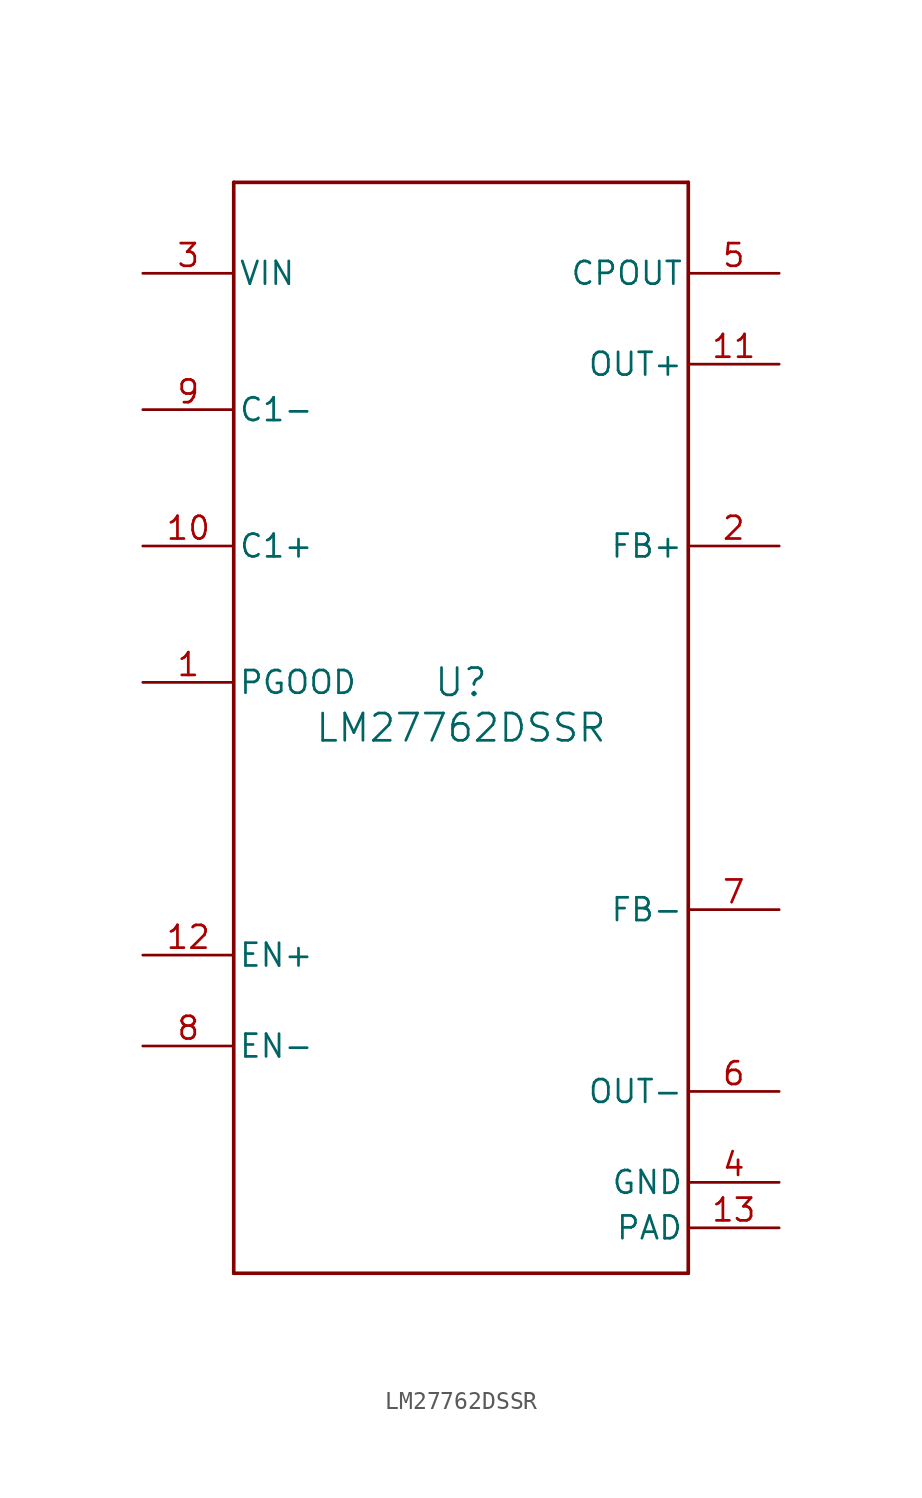
<source format=kicad_sym>
(kicad_symbol_lib
  (version 20211014)
  (generator kicad_symbol_editor)
  (symbol "LM27762DSSR"
    (pin_names
      (offset 0.254))
    (property "Reference" "U"
      (at 0 2.54 0)
      (effects (font (size 1.524 1.524))))
    (property "Value" "LM27762DSSR"
      (at 0 0 0)
      (effects (font (size 1.524 1.524))))
    (symbol "LM27762DSSR_0_1"
      (polyline (pts (xy -12.7 -30.48) (xy 12.7 -30.48)) (stroke (width 0.203) (type default) (color 0 0 0 0)) (fill (type none)))
      (polyline (pts (xy 12.7 -30.48) (xy 12.7 30.48)) (stroke (width 0.203) (type default) (color 0 0 0 0)) (fill (type none)))
      (polyline (pts (xy 12.7 30.48) (xy -12.7 30.48)) (stroke (width 0.203) (type default) (color 0 0 0 0)) (fill (type none)))
      (polyline (pts (xy -12.7 30.48) (xy -12.7 -30.48)) (stroke (width 0.203) (type default) (color 0 0 0 0)) (fill (type none)))
      (pin open_collector line (at -17.78 2.54 0) (length 5.08) (name "PGOOD" (effects (font (size 1.27 1.27)))) (number "1" (effects (font (size 1.27 1.27)))))
      (pin input line (at 17.78 10.16 180) (length 5.08) (name "FB+" (effects (font (size 1.27 1.27)))) (number "2" (effects (font (size 1.27 1.27)))))
      (pin power_in line (at -17.78 25.4 0) (length 5.08) (name "VIN" (effects (font (size 1.27 1.27)))) (number "3" (effects (font (size 1.27 1.27)))))
      (pin power_in line (at 17.78 -25.4 180) (length 5.08) (name "GND" (effects (font (size 1.27 1.27)))) (number "4" (effects (font (size 1.27 1.27)))))
      (pin power_in line (at 17.78 25.4 180) (length 5.08) (name "CPOUT" (effects (font (size 1.27 1.27)))) (number "5" (effects (font (size 1.27 1.27)))))
      (pin power_in line (at 17.78 -20.32 180) (length 5.08) (name "OUT-" (effects (font (size 1.27 1.27)))) (number "6" (effects (font (size 1.27 1.27)))))
      (pin input line (at 17.78 -10.16 180) (length 5.08) (name "FB-" (effects (font (size 1.27 1.27)))) (number "7" (effects (font (size 1.27 1.27)))))
      (pin input line (at -17.78 -17.78 0) (length 5.08) (name "EN-" (effects (font (size 1.27 1.27)))) (number "8" (effects (font (size 1.27 1.27)))))
      (pin unspecified line (at -17.78 17.78 0) (length 5.08) (name "C1-" (effects (font (size 1.27 1.27)))) (number "9" (effects (font (size 1.27 1.27)))))
      (pin unspecified line (at -17.78 10.16 0) (length 5.08) (name "C1+" (effects (font (size 1.27 1.27)))) (number "10" (effects (font (size 1.27 1.27)))))
      (pin power_in line (at 17.78 20.32 180) (length 5.08) (name "OUT+" (effects (font (size 1.27 1.27)))) (number "11" (effects (font (size 1.27 1.27)))))
      (pin input line (at -17.78 -12.7 0) (length 5.08) (name "EN+" (effects (font (size 1.27 1.27)))) (number "12" (effects (font (size 1.27 1.27)))))
      (pin power_in line (at 17.78 -27.94 180) (length 5.08) (name "PAD" (effects (font (size 1.27 1.27)))) (number "13" (effects (font (size 1.27 1.27))))))))
</source>
